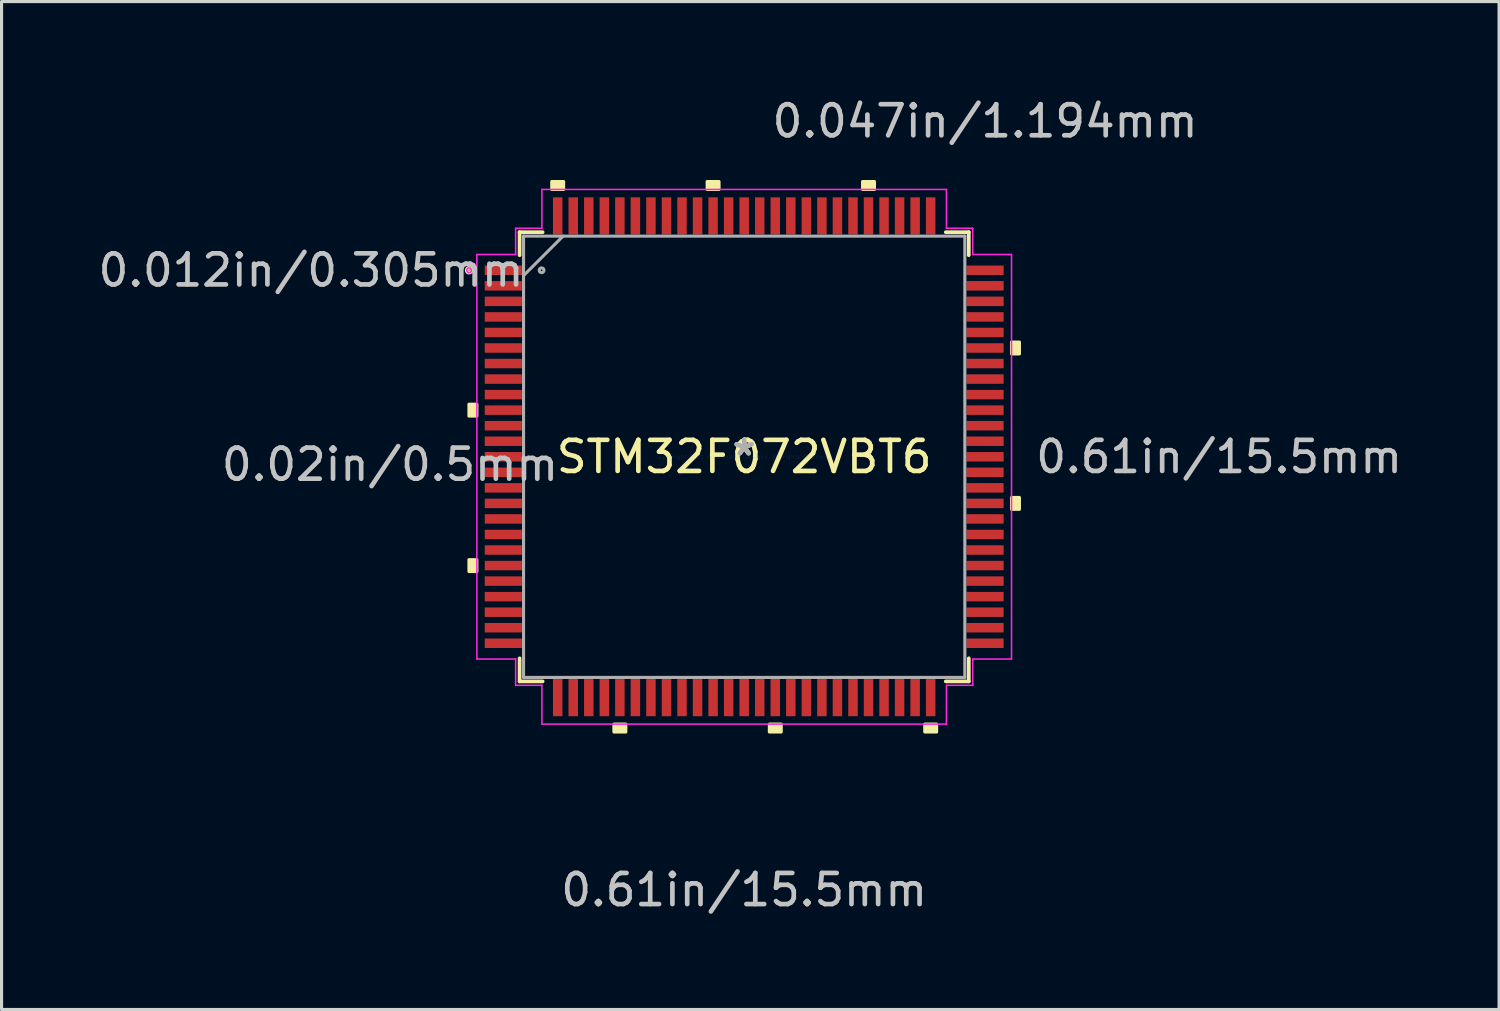
<source format=kicad_pcb>
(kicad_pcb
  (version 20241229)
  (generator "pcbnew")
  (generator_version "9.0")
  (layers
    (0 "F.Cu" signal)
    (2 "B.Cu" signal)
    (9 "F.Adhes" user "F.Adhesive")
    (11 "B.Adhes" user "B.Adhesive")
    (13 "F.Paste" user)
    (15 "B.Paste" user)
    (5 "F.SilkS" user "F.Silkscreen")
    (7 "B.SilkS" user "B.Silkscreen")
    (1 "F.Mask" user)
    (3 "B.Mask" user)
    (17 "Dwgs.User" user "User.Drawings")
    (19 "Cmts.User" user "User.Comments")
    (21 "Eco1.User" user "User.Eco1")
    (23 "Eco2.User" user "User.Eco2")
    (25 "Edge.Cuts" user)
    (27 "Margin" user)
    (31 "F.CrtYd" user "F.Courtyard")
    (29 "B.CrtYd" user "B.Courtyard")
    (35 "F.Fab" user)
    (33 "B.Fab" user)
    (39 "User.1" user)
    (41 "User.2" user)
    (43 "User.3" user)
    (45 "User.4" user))
  (footprint "STM32F072VBT6"
    (layer "F.Cu")
    (at 20.893 11.646)
    (property "Reference" "STM32F072VBT6" (at 0 0 0) (layer "F.SilkS") (effects (font (size 1 1) (thickness 0.15))))
    (attr through_hole)
    (fp_line (start -7.226 -7.226) (end -7.226 -6.485) (stroke (width 0.12) (type solid)) (layer "F.SilkS"))
    (fp_line (start -7.226 6.485) (end -7.226 7.226) (stroke (width 0.12) (type solid)) (layer "F.SilkS"))
    (fp_line (start -7.226 7.226) (end -6.485 7.226) (stroke (width 0.12) (type solid)) (layer "F.SilkS"))
    (fp_line (start -6.485 -7.226) (end -7.226 -7.226) (stroke (width 0.12) (type solid)) (layer "F.SilkS"))
    (fp_line (start 6.485 7.226) (end 7.226 7.226) (stroke (width 0.12) (type solid)) (layer "F.SilkS"))
    (fp_line (start 7.226 -7.226) (end 6.485 -7.226) (stroke (width 0.12) (type solid)) (layer "F.SilkS"))
    (fp_line (start 7.226 -6.485) (end 7.226 -7.226) (stroke (width 0.12) (type solid)) (layer "F.SilkS"))
    (fp_line (start 7.226 7.226) (end 7.226 6.485) (stroke (width 0.12) (type solid)) (layer "F.SilkS"))
    (fp_circle (center -8.851 -6) (end -8.775 -6) (stroke (width 0.12) (type solid)) (fill no) (layer "F.SilkS"))
    (fp_poly (pts (xy -8.855 -1.69) (xy -8.855 -1.31) (xy -8.601 -1.31) (xy -8.601 -1.69)) (stroke (width 0.1) (type solid)) (fill yes) (layer "F.SilkS"))
    (fp_poly (pts (xy -8.855 3.31) (xy -8.855 3.691) (xy -8.601 3.691) (xy -8.601 3.31)) (stroke (width 0.1) (type solid)) (fill yes) (layer "F.SilkS"))
    (fp_poly (pts (xy -6.191 -8.601) (xy -6.191 -8.855) (xy -5.81 -8.855) (xy -5.81 -8.601)) (stroke (width 0.1) (type solid)) (fill yes) (layer "F.SilkS"))
    (fp_poly (pts (xy -4.191 8.601) (xy -4.191 8.855) (xy -3.809 8.855) (xy -3.809 8.601)) (stroke (width 0.1) (type solid)) (fill yes) (layer "F.SilkS"))
    (fp_poly (pts (xy -1.191 -8.601) (xy -1.191 -8.855) (xy -0.81 -8.855) (xy -0.81 -8.601)) (stroke (width 0.1) (type solid)) (fill yes) (layer "F.SilkS"))
    (fp_poly (pts (xy 0.81 8.601) (xy 0.81 8.855) (xy 1.191 8.855) (xy 1.191 8.601)) (stroke (width 0.1) (type solid)) (fill yes) (layer "F.SilkS"))
    (fp_poly (pts (xy 3.809 -8.601) (xy 3.809 -8.855) (xy 4.191 -8.855) (xy 4.191 -8.601)) (stroke (width 0.1) (type solid)) (fill yes) (layer "F.SilkS"))
    (fp_poly (pts (xy 5.81 8.601) (xy 5.81 8.855) (xy 6.191 8.855) (xy 6.191 8.601)) (stroke (width 0.1) (type solid)) (fill yes) (layer "F.SilkS"))
    (fp_poly (pts (xy 8.855 -3.691) (xy 8.855 -3.31) (xy 8.601 -3.31) (xy 8.601 -3.691)) (stroke (width 0.1) (type solid)) (fill yes) (layer "F.SilkS"))
    (fp_poly (pts (xy 8.855 1.31) (xy 8.855 1.69) (xy 8.601 1.69) (xy 8.601 1.31)) (stroke (width 0.1) (type solid)) (fill yes) (layer "F.SilkS"))
    (fp_line (start -8.601 -6.508) (end -7.353 -6.508) (stroke (width 0.05) (type solid)) (layer "F.CrtYd"))
    (fp_line (start -8.601 6.508) (end -8.601 -6.508) (stroke (width 0.05) (type solid)) (layer "F.CrtYd"))
    (fp_line (start -7.353 -7.353) (end -6.508 -7.353) (stroke (width 0.05) (type solid)) (layer "F.CrtYd"))
    (fp_line (start -7.353 -6.508) (end -7.353 -7.353) (stroke (width 0.05) (type solid)) (layer "F.CrtYd"))
    (fp_line (start -7.353 6.508) (end -8.601 6.508) (stroke (width 0.05) (type solid)) (layer "F.CrtYd"))
    (fp_line (start -7.353 7.353) (end -7.353 6.508) (stroke (width 0.05) (type solid)) (layer "F.CrtYd"))
    (fp_line (start -6.508 -8.601) (end 6.508 -8.601) (stroke (width 0.05) (type solid)) (layer "F.CrtYd"))
    (fp_line (start -6.508 -7.353) (end -6.508 -8.601) (stroke (width 0.05) (type solid)) (layer "F.CrtYd"))
    (fp_line (start -6.508 7.353) (end -7.353 7.353) (stroke (width 0.05) (type solid)) (layer "F.CrtYd"))
    (fp_line (start -6.508 8.601) (end -6.508 7.353) (stroke (width 0.05) (type solid)) (layer "F.CrtYd"))
    (fp_line (start 6.508 -8.601) (end 6.508 -7.353) (stroke (width 0.05) (type solid)) (layer "F.CrtYd"))
    (fp_line (start 6.508 -7.353) (end 7.353 -7.353) (stroke (width 0.05) (type solid)) (layer "F.CrtYd"))
    (fp_line (start 6.508 7.353) (end 6.508 8.601) (stroke (width 0.05) (type solid)) (layer "F.CrtYd"))
    (fp_line (start 6.508 8.601) (end -6.508 8.601) (stroke (width 0.05) (type solid)) (layer "F.CrtYd"))
    (fp_line (start 7.353 -7.353) (end 7.353 -6.508) (stroke (width 0.05) (type solid)) (layer "F.CrtYd"))
    (fp_line (start 7.353 -6.508) (end 8.601 -6.508) (stroke (width 0.05) (type solid)) (layer "F.CrtYd"))
    (fp_line (start 7.353 6.508) (end 7.353 7.353) (stroke (width 0.05) (type solid)) (layer "F.CrtYd"))
    (fp_line (start 7.353 7.353) (end 6.508 7.353) (stroke (width 0.05) (type solid)) (layer "F.CrtYd"))
    (fp_line (start 8.601 -6.508) (end 8.601 6.508) (stroke (width 0.05) (type solid)) (layer "F.CrtYd"))
    (fp_line (start 8.601 6.508) (end 7.353 6.508) (stroke (width 0.05) (type solid)) (layer "F.CrtYd"))
    (fp_circle (center -8.851 -6) (end -8.775 -6) (stroke (width 0.05) (type solid)) (fill no) (layer "F.CrtYd"))
    (fp_line (start -7.099 -7.099) (end -7.099 7.099) (stroke (width 0.1) (type solid)) (layer "F.Fab"))
    (fp_line (start -7.099 -5.829) (end -5.829 -7.099) (stroke (width 0.1) (type solid)) (layer "F.Fab"))
    (fp_line (start -7.099 7.099) (end 7.099 7.099) (stroke (width 0.1) (type solid)) (layer "F.Fab"))
    (fp_line (start 7.099 -7.099) (end -7.099 -7.099) (stroke (width 0.1) (type solid)) (layer "F.Fab"))
    (fp_line (start 7.099 7.099) (end 7.099 -7.099) (stroke (width 0.1) (type solid)) (layer "F.Fab"))
    (fp_circle (center -6.518 -6) (end -6.442 -6) (stroke (width 0.1) (type solid)) (fill no) (layer "F.Fab"))
    (fp_text user "*" (at 0 0 0) (layer "F.SilkS") (effects (font (size 1 1) (thickness 0.15))))
    (fp_text user "0.012in/0.305mm" (at -13.935 -6 0) (layer "Dwgs.User") (effects (font (size 1 1) (thickness 0.15))))
    (fp_text user "0.61in/15.5mm" (at 0 13.935 0) (layer "Dwgs.User") (effects (font (size 1 1) (thickness 0.15))))
    (fp_text user "0.61in/15.5mm" (at 15.281 0 0) (layer "Dwgs.User") (effects (font (size 1 1) (thickness 0.15))))
    (fp_text user "0.047in/1.194mm" (at 7.75 -10.798 0) (layer "Dwgs.User") (effects (font (size 1 1) (thickness 0.15))))
    (fp_text user "0.02in/0.5mm" (at -11.395 0.25 0) (layer "Dwgs.User") (effects (font (size 1 1) (thickness 0.15))))
    (fp_text user "Copyright 2021 Accelerated Designs. All rights reserved." (at 0 0 0) (layer "Cmts.User") (effects (font (size 0.127 0.127) (thickness 0.002))))
    (fp_text user "*" (at 0 0 0) (layer "F.Fab") (effects (font (size 1 1) (thickness 0.15))))
    (pad "1" smd rect (at -7.75 -6) (size 1.194 0.305) (layers "F.Cu" "F.Mask" "F.Paste"))
    (pad "2" smd rect (at -7.75 -5.5) (size 1.194 0.305) (layers "F.Cu" "F.Mask" "F.Paste"))
    (pad "3" smd rect (at -7.75 -5) (size 1.194 0.305) (layers "F.Cu" "F.Mask" "F.Paste"))
    (pad "4" smd rect (at -7.75 -4.5) (size 1.194 0.305) (layers "F.Cu" "F.Mask" "F.Paste"))
    (pad "5" smd rect (at -7.75 -4) (size 1.194 0.305) (layers "F.Cu" "F.Mask" "F.Paste"))
    (pad "6" smd rect (at -7.75 -3.5) (size 1.194 0.305) (layers "F.Cu" "F.Mask" "F.Paste"))
    (pad "7" smd rect (at -7.75 -3) (size 1.194 0.305) (layers "F.Cu" "F.Mask" "F.Paste"))
    (pad "8" smd rect (at -7.75 -2.5) (size 1.194 0.305) (layers "F.Cu" "F.Mask" "F.Paste"))
    (pad "9" smd rect (at -7.75 -2) (size 1.194 0.305) (layers "F.Cu" "F.Mask" "F.Paste"))
    (pad "10" smd rect (at -7.75 -1.5) (size 1.194 0.305) (layers "F.Cu" "F.Mask" "F.Paste"))
    (pad "11" smd rect (at -7.75 -1) (size 1.194 0.305) (layers "F.Cu" "F.Mask" "F.Paste"))
    (pad "12" smd rect (at -7.75 -0.5) (size 1.194 0.305) (layers "F.Cu" "F.Mask" "F.Paste"))
    (pad "13" smd rect (at -7.75 0) (size 1.194 0.305) (layers "F.Cu" "F.Mask" "F.Paste"))
    (pad "14" smd rect (at -7.75 0.5) (size 1.194 0.305) (layers "F.Cu" "F.Mask" "F.Paste"))
    (pad "15" smd rect (at -7.75 1) (size 1.194 0.305) (layers "F.Cu" "F.Mask" "F.Paste"))
    (pad "16" smd rect (at -7.75 1.5) (size 1.194 0.305) (layers "F.Cu" "F.Mask" "F.Paste"))
    (pad "17" smd rect (at -7.75 2) (size 1.194 0.305) (layers "F.Cu" "F.Mask" "F.Paste"))
    (pad "18" smd rect (at -7.75 2.5) (size 1.194 0.305) (layers "F.Cu" "F.Mask" "F.Paste"))
    (pad "19" smd rect (at -7.75 3) (size 1.194 0.305) (layers "F.Cu" "F.Mask" "F.Paste"))
    (pad "20" smd rect (at -7.75 3.5) (size 1.194 0.305) (layers "F.Cu" "F.Mask" "F.Paste"))
    (pad "21" smd rect (at -7.75 4) (size 1.194 0.305) (layers "F.Cu" "F.Mask" "F.Paste"))
    (pad "22" smd rect (at -7.75 4.5) (size 1.194 0.305) (layers "F.Cu" "F.Mask" "F.Paste"))
    (pad "23" smd rect (at -7.75 5) (size 1.194 0.305) (layers "F.Cu" "F.Mask" "F.Paste"))
    (pad "24" smd rect (at -7.75 5.5) (size 1.194 0.305) (layers "F.Cu" "F.Mask" "F.Paste"))
    (pad "25" smd rect (at -7.75 6) (size 1.194 0.305) (layers "F.Cu" "F.Mask" "F.Paste"))
    (pad "26" smd rect (at -6 7.75 90) (size 1.194 0.305) (layers "F.Cu" "F.Mask" "F.Paste"))
    (pad "27" smd rect (at -5.5 7.75 90) (size 1.194 0.305) (layers "F.Cu" "F.Mask" "F.Paste"))
    (pad "28" smd rect (at -5 7.75 90) (size 1.194 0.305) (layers "F.Cu" "F.Mask" "F.Paste"))
    (pad "29" smd rect (at -4.5 7.75 90) (size 1.194 0.305) (layers "F.Cu" "F.Mask" "F.Paste"))
    (pad "30" smd rect (at -4 7.75 90) (size 1.194 0.305) (layers "F.Cu" "F.Mask" "F.Paste"))
    (pad "31" smd rect (at -3.5 7.75 90) (size 1.194 0.305) (layers "F.Cu" "F.Mask" "F.Paste"))
    (pad "32" smd rect (at -3 7.75 90) (size 1.194 0.305) (layers "F.Cu" "F.Mask" "F.Paste"))
    (pad "33" smd rect (at -2.5 7.75 90) (size 1.194 0.305) (layers "F.Cu" "F.Mask" "F.Paste"))
    (pad "34" smd rect (at -2 7.75 90) (size 1.194 0.305) (layers "F.Cu" "F.Mask" "F.Paste"))
    (pad "35" smd rect (at -1.5 7.75 90) (size 1.194 0.305) (layers "F.Cu" "F.Mask" "F.Paste"))
    (pad "36" smd rect (at -1 7.75 90) (size 1.194 0.305) (layers "F.Cu" "F.Mask" "F.Paste"))
    (pad "37" smd rect (at -0.5 7.75 90) (size 1.194 0.305) (layers "F.Cu" "F.Mask" "F.Paste"))
    (pad "38" smd rect (at 0 7.75 90) (size 1.194 0.305) (layers "F.Cu" "F.Mask" "F.Paste"))
    (pad "39" smd rect (at 0.5 7.75 90) (size 1.194 0.305) (layers "F.Cu" "F.Mask" "F.Paste"))
    (pad "40" smd rect (at 1 7.75 90) (size 1.194 0.305) (layers "F.Cu" "F.Mask" "F.Paste"))
    (pad "41" smd rect (at 1.5 7.75 90) (size 1.194 0.305) (layers "F.Cu" "F.Mask" "F.Paste"))
    (pad "42" smd rect (at 2 7.75 90) (size 1.194 0.305) (layers "F.Cu" "F.Mask" "F.Paste"))
    (pad "43" smd rect (at 2.5 7.75 90) (size 1.194 0.305) (layers "F.Cu" "F.Mask" "F.Paste"))
    (pad "44" smd rect (at 3 7.75 90) (size 1.194 0.305) (layers "F.Cu" "F.Mask" "F.Paste"))
    (pad "45" smd rect (at 3.5 7.75 90) (size 1.194 0.305) (layers "F.Cu" "F.Mask" "F.Paste"))
    (pad "46" smd rect (at 4 7.75 90) (size 1.194 0.305) (layers "F.Cu" "F.Mask" "F.Paste"))
    (pad "47" smd rect (at 4.5 7.75 90) (size 1.194 0.305) (layers "F.Cu" "F.Mask" "F.Paste"))
    (pad "48" smd rect (at 5 7.75 90) (size 1.194 0.305) (layers "F.Cu" "F.Mask" "F.Paste"))
    (pad "49" smd rect (at 5.5 7.75 90) (size 1.194 0.305) (layers "F.Cu" "F.Mask" "F.Paste"))
    (pad "50" smd rect (at 6 7.75 90) (size 1.194 0.305) (layers "F.Cu" "F.Mask" "F.Paste"))
    (pad "51" smd rect (at 7.75 6) (size 1.194 0.305) (layers "F.Cu" "F.Mask" "F.Paste"))
    (pad "52" smd rect (at 7.75 5.5) (size 1.194 0.305) (layers "F.Cu" "F.Mask" "F.Paste"))
    (pad "53" smd rect (at 7.75 5) (size 1.194 0.305) (layers "F.Cu" "F.Mask" "F.Paste"))
    (pad "54" smd rect (at 7.75 4.5) (size 1.194 0.305) (layers "F.Cu" "F.Mask" "F.Paste"))
    (pad "55" smd rect (at 7.75 4) (size 1.194 0.305) (layers "F.Cu" "F.Mask" "F.Paste"))
    (pad "56" smd rect (at 7.75 3.5) (size 1.194 0.305) (layers "F.Cu" "F.Mask" "F.Paste"))
    (pad "57" smd rect (at 7.75 3) (size 1.194 0.305) (layers "F.Cu" "F.Mask" "F.Paste"))
    (pad "58" smd rect (at 7.75 2.5) (size 1.194 0.305) (layers "F.Cu" "F.Mask" "F.Paste"))
    (pad "59" smd rect (at 7.75 2) (size 1.194 0.305) (layers "F.Cu" "F.Mask" "F.Paste"))
    (pad "60" smd rect (at 7.75 1.5) (size 1.194 0.305) (layers "F.Cu" "F.Mask" "F.Paste"))
    (pad "61" smd rect (at 7.75 1) (size 1.194 0.305) (layers "F.Cu" "F.Mask" "F.Paste"))
    (pad "62" smd rect (at 7.75 0.5) (size 1.194 0.305) (layers "F.Cu" "F.Mask" "F.Paste"))
    (pad "63" smd rect (at 7.75 0) (size 1.194 0.305) (layers "F.Cu" "F.Mask" "F.Paste"))
    (pad "64" smd rect (at 7.75 -0.5) (size 1.194 0.305) (layers "F.Cu" "F.Mask" "F.Paste"))
    (pad "65" smd rect (at 7.75 -1) (size 1.194 0.305) (layers "F.Cu" "F.Mask" "F.Paste"))
    (pad "66" smd rect (at 7.75 -1.5) (size 1.194 0.305) (layers "F.Cu" "F.Mask" "F.Paste"))
    (pad "67" smd rect (at 7.75 -2) (size 1.194 0.305) (layers "F.Cu" "F.Mask" "F.Paste"))
    (pad "68" smd rect (at 7.75 -2.5) (size 1.194 0.305) (layers "F.Cu" "F.Mask" "F.Paste"))
    (pad "69" smd rect (at 7.75 -3) (size 1.194 0.305) (layers "F.Cu" "F.Mask" "F.Paste"))
    (pad "70" smd rect (at 7.75 -3.5) (size 1.194 0.305) (layers "F.Cu" "F.Mask" "F.Paste"))
    (pad "71" smd rect (at 7.75 -4) (size 1.194 0.305) (layers "F.Cu" "F.Mask" "F.Paste"))
    (pad "72" smd rect (at 7.75 -4.5) (size 1.194 0.305) (layers "F.Cu" "F.Mask" "F.Paste"))
    (pad "73" smd rect (at 7.75 -5) (size 1.194 0.305) (layers "F.Cu" "F.Mask" "F.Paste"))
    (pad "74" smd rect (at 7.75 -5.5) (size 1.194 0.305) (layers "F.Cu" "F.Mask" "F.Paste"))
    (pad "75" smd rect (at 7.75 -6) (size 1.194 0.305) (layers "F.Cu" "F.Mask" "F.Paste"))
    (pad "76" smd rect (at 6 -7.75 90) (size 1.194 0.305) (layers "F.Cu" "F.Mask" "F.Paste"))
    (pad "77" smd rect (at 5.5 -7.75 90) (size 1.194 0.305) (layers "F.Cu" "F.Mask" "F.Paste"))
    (pad "78" smd rect (at 5 -7.75 90) (size 1.194 0.305) (layers "F.Cu" "F.Mask" "F.Paste"))
    (pad "79" smd rect (at 4.5 -7.75 90) (size 1.194 0.305) (layers "F.Cu" "F.Mask" "F.Paste"))
    (pad "80" smd rect (at 4 -7.75 90) (size 1.194 0.305) (layers "F.Cu" "F.Mask" "F.Paste"))
    (pad "81" smd rect (at 3.5 -7.75 90) (size 1.194 0.305) (layers "F.Cu" "F.Mask" "F.Paste"))
    (pad "82" smd rect (at 3 -7.75 90) (size 1.194 0.305) (layers "F.Cu" "F.Mask" "F.Paste"))
    (pad "83" smd rect (at 2.5 -7.75 90) (size 1.194 0.305) (layers "F.Cu" "F.Mask" "F.Paste"))
    (pad "84" smd rect (at 2 -7.75 90) (size 1.194 0.305) (layers "F.Cu" "F.Mask" "F.Paste"))
    (pad "85" smd rect (at 1.5 -7.75 90) (size 1.194 0.305) (layers "F.Cu" "F.Mask" "F.Paste"))
    (pad "86" smd rect (at 1 -7.75 90) (size 1.194 0.305) (layers "F.Cu" "F.Mask" "F.Paste"))
    (pad "87" smd rect (at 0.5 -7.75 90) (size 1.194 0.305) (layers "F.Cu" "F.Mask" "F.Paste"))
    (pad "88" smd rect (at 0 -7.75 90) (size 1.194 0.305) (layers "F.Cu" "F.Mask" "F.Paste"))
    (pad "89" smd rect (at -0.5 -7.75 90) (size 1.194 0.305) (layers "F.Cu" "F.Mask" "F.Paste"))
    (pad "90" smd rect (at -1 -7.75 90) (size 1.194 0.305) (layers "F.Cu" "F.Mask" "F.Paste"))
    (pad "91" smd rect (at -1.5 -7.75 90) (size 1.194 0.305) (layers "F.Cu" "F.Mask" "F.Paste"))
    (pad "92" smd rect (at -2 -7.75 90) (size 1.194 0.305) (layers "F.Cu" "F.Mask" "F.Paste"))
    (pad "93" smd rect (at -2.5 -7.75 90) (size 1.194 0.305) (layers "F.Cu" "F.Mask" "F.Paste"))
    (pad "94" smd rect (at -3 -7.75 90) (size 1.194 0.305) (layers "F.Cu" "F.Mask" "F.Paste"))
    (pad "95" smd rect (at -3.5 -7.75 90) (size 1.194 0.305) (layers "F.Cu" "F.Mask" "F.Paste"))
    (pad "96" smd rect (at -4 -7.75 90) (size 1.194 0.305) (layers "F.Cu" "F.Mask" "F.Paste"))
    (pad "97" smd rect (at -4.5 -7.75 90) (size 1.194 0.305) (layers "F.Cu" "F.Mask" "F.Paste"))
    (pad "98" smd rect (at -5 -7.75 90) (size 1.194 0.305) (layers "F.Cu" "F.Mask" "F.Paste"))
    (pad "99" smd rect (at -5.5 -7.75 90) (size 1.194 0.305) (layers "F.Cu" "F.Mask" "F.Paste"))
    (pad "100" smd rect (at -6 -7.75 90) (size 1.194 0.305) (layers "F.Cu" "F.Mask" "F.Paste")))
  (gr_rect
    (start -3 -3)
    (end 45.18 29.429)
    (stroke (width 0.1) (type default))
    (fill no)
    (layer "Edge.Cuts")))
</source>
